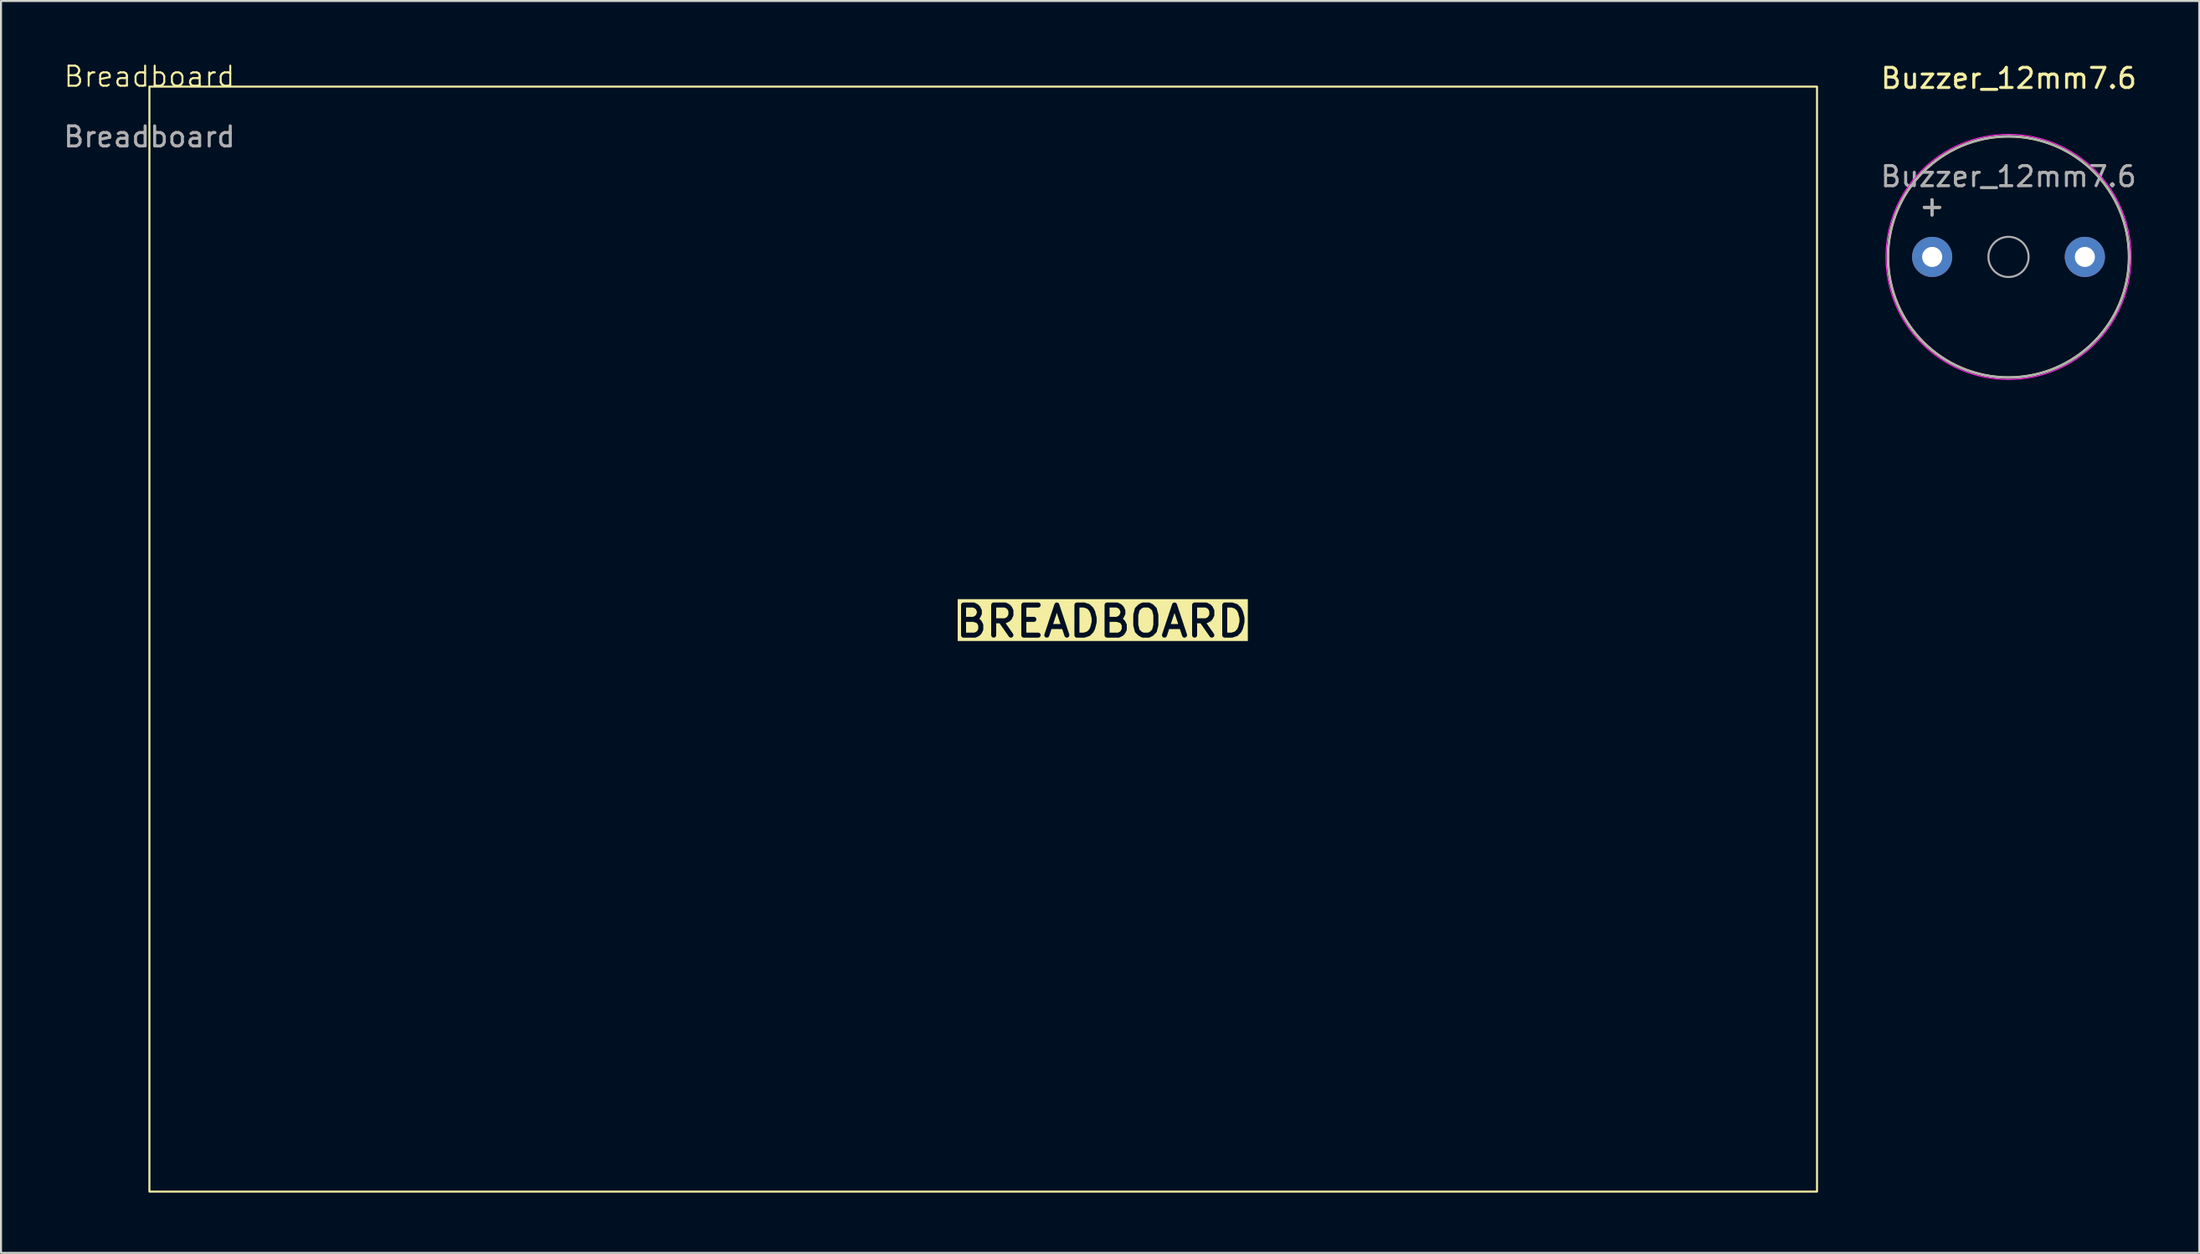
<source format=kicad_pcb>
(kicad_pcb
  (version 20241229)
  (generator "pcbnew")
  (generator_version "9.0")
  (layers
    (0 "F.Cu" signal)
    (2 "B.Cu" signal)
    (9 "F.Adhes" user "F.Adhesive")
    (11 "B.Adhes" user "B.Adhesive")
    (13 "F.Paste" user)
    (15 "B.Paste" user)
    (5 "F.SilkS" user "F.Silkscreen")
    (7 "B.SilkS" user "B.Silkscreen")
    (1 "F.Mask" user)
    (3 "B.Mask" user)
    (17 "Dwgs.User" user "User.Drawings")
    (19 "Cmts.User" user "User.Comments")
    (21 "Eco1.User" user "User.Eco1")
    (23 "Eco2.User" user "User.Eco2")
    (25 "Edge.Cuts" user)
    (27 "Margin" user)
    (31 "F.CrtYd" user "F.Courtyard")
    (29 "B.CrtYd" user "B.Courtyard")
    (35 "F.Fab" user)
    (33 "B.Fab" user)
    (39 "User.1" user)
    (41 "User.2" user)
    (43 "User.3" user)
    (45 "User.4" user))
  (footprint "Buzzer_12mm7.6"
    (layer "F.Cu")
    (at 93.119 9.738)
    (property "Reference" "Buzzer_12mm7.6" (at 3.81 -8.89 180) (layer "F.SilkS") (effects (font (size 1 1) (thickness 0.15))))
    (attr through_hole)
    (fp_circle (center 3.8 0) (end 9.8 0) (stroke (width 0.12) (type solid)) (fill no) (layer "F.SilkS"))
    (fp_circle (center 3.8 0) (end 9.9 0) (stroke (width 0.05) (type solid)) (fill no) (layer "F.CrtYd"))
    (fp_circle (center 3.8 0) (end 4.8 0) (stroke (width 0.1) (type solid)) (fill no) (layer "F.Fab"))
    (fp_circle (center 3.8 0) (end 9.8 0) (stroke (width 0.1) (type solid)) (fill no) (layer "F.Fab"))
    (fp_text user "+" (at -0.01 -2.54 180) (layer "F.SilkS") (effects (font (size 1 1) (thickness 0.15))))
    (fp_text user "${REFERENCE}" (at 3.8 -4 180) (layer "F.Fab") (effects (font (size 1 1) (thickness 0.15))))
    (fp_text user "+" (at -0.01 -2.54 180) (layer "F.Fab") (effects (font (size 1 1) (thickness 0.15))))
    (pad "1" thru_hole circle (at 0 0) (size 2 2) (drill 1) (layers "*.Cu" "*.Mask"))
    (pad "2" thru_hole circle (at 7.6 0) (size 2 2) (drill 1) (layers "*.Cu" "*.Mask")))
  (footprint "Breadboard"
    (layer "F.Cu")
    (at 4.387 1.26)
    (property "Reference" "Breadboard" (at 0 -0.5 0) (unlocked yes) (layer "F.SilkS") (effects (font (size 1 1) (thickness 0.1))))
    (attr smd)
    (fp_rect (start 0 0) (end 83 55) (stroke (width 0.1) (type default)) (fill no) (layer "F.SilkS"))
    (fp_text user "BREADBOARD" (at 40 27.5 0) (unlocked yes) (layer "F.SilkS" knockout) (effects (font (size 1.5 1.5) (thickness 0.25)) (justify left bottom)))
    (fp_text user "${REFERENCE}" (at 0 2.5 0) (unlocked yes) (layer "F.Fab") (effects (font (size 1 1) (thickness 0.15)))))
  (gr_rect
    (start -3 -3)
    (end 106.411 59.31)
    (stroke (width 0.1) (type default))
    (fill no)
    (layer "Edge.Cuts")))
</source>
